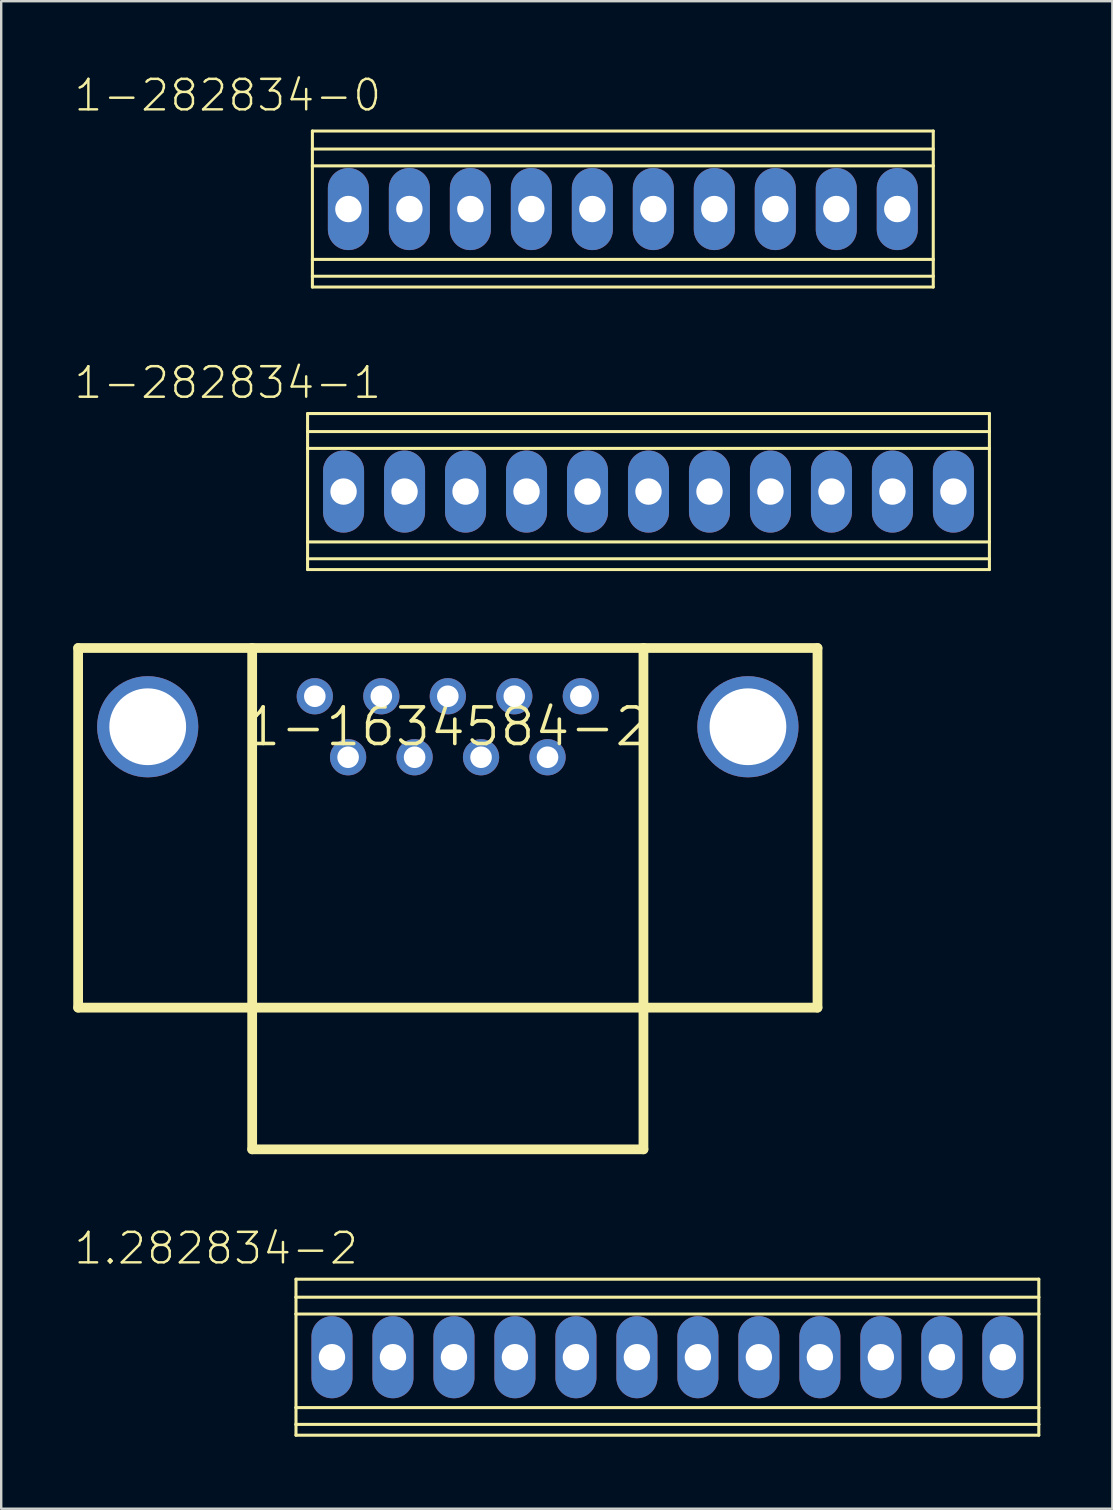
<source format=kicad_pcb>
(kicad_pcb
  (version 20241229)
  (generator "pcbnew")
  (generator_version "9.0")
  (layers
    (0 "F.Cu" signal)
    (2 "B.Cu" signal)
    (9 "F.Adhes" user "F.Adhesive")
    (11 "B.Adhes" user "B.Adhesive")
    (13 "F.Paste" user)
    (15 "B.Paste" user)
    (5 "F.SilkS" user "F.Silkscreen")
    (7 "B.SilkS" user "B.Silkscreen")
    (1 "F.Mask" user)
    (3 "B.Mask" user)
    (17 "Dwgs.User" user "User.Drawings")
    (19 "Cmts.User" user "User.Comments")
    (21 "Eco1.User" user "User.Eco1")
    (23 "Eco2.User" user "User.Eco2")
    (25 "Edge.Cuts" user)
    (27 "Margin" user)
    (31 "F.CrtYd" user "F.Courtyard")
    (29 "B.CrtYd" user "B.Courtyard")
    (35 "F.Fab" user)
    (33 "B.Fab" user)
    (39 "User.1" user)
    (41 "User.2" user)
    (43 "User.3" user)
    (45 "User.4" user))
  (footprint "1-282834-1"
    (layer "F.Cu")
    (at 11.259 17.423)
    (property "Reference" "1-282834-1" (at -4.823 -4.534 0) (layer "F.SilkS") (effects (font (size 1.27 1.27) (thickness 0.102))))
    (attr exclude_from_pos_files exclude_from_bom)
    (fp_line (start -1.499 -3.249) (end -1.499 -2.499) (stroke (width 0.127) (type solid)) (layer "F.SilkS"))
    (fp_line (start -1.499 -3.249) (end 26.899 -3.249) (stroke (width 0.127) (type solid)) (layer "F.SilkS"))
    (fp_line (start -1.499 -2.499) (end -1.499 -1.798) (stroke (width 0.127) (type solid)) (layer "F.SilkS"))
    (fp_line (start -1.499 -2.499) (end 26.899 -2.499) (stroke (width 0.127) (type solid)) (layer "F.SilkS"))
    (fp_line (start -1.499 -1.798) (end -1.499 2.098) (stroke (width 0.127) (type solid)) (layer "F.SilkS"))
    (fp_line (start -1.499 -1.798) (end 26.899 -1.798) (stroke (width 0.127) (type solid)) (layer "F.SilkS"))
    (fp_line (start -1.499 2.098) (end -1.499 2.799) (stroke (width 0.127) (type solid)) (layer "F.SilkS"))
    (fp_line (start -1.499 2.098) (end 26.899 2.098) (stroke (width 0.127) (type solid)) (layer "F.SilkS"))
    (fp_line (start -1.499 2.799) (end -1.499 3.249) (stroke (width 0.127) (type solid)) (layer "F.SilkS"))
    (fp_line (start -1.499 2.799) (end 26.899 2.799) (stroke (width 0.127) (type solid)) (layer "F.SilkS"))
    (fp_line (start -1.499 3.249) (end 26.899 3.249) (stroke (width 0.127) (type solid)) (layer "F.SilkS"))
    (fp_line (start 26.899 -3.249) (end 26.899 -2.499) (stroke (width 0.127) (type solid)) (layer "F.SilkS"))
    (fp_line (start 26.899 -2.499) (end 26.899 -1.798) (stroke (width 0.127) (type solid)) (layer "F.SilkS"))
    (fp_line (start 26.899 -1.798) (end 26.899 2.098) (stroke (width 0.127) (type solid)) (layer "F.SilkS"))
    (fp_line (start 26.899 2.098) (end 26.899 2.799) (stroke (width 0.127) (type solid)) (layer "F.SilkS"))
    (fp_line (start 26.899 2.799) (end 26.899 3.249) (stroke (width 0.127) (type solid)) (layer "F.SilkS"))
    (pad "P$1" thru_hole oval (at 0 0 180) (size 1.709 3.419) (drill 1.1) (layers "*.Cu" "*.Paste" "*.Mask"))
    (pad "P$2" thru_hole oval (at 2.54 0 180) (size 1.709 3.419) (drill 1.1) (layers "*.Cu" "*.Paste" "*.Mask"))
    (pad "P$3" thru_hole oval (at 5.08 0 180) (size 1.709 3.419) (drill 1.1) (layers "*.Cu" "*.Paste" "*.Mask"))
    (pad "P$4" thru_hole oval (at 7.62 0 180) (size 1.709 3.419) (drill 1.1) (layers "*.Cu" "*.Paste" "*.Mask"))
    (pad "P$5" thru_hole oval (at 10.16 0 180) (size 1.709 3.419) (drill 1.1) (layers "*.Cu" "*.Paste" "*.Mask"))
    (pad "P$6" thru_hole oval (at 12.7 0 180) (size 1.709 3.419) (drill 1.1) (layers "*.Cu" "*.Paste" "*.Mask"))
    (pad "P$7" thru_hole oval (at 15.24 0 180) (size 1.709 3.419) (drill 1.1) (layers "*.Cu" "*.Paste" "*.Mask"))
    (pad "P$8" thru_hole oval (at 17.78 0 180) (size 1.709 3.419) (drill 1.1) (layers "*.Cu" "*.Paste" "*.Mask"))
    (pad "P$9" thru_hole oval (at 20.32 0 180) (size 1.709 3.419) (drill 1.1) (layers "*.Cu" "*.Paste" "*.Mask"))
    (pad "P$10" thru_hole oval (at 22.86 0 180) (size 1.709 3.419) (drill 1.1) (layers "*.Cu" "*.Paste" "*.Mask"))
    (pad "P$11" thru_hole oval (at 25.4 0 180) (size 1.709 3.419) (drill 1.1) (layers "*.Cu" "*.Paste" "*.Mask")))
  (footprint "1.282834-2"
    (layer "F.Cu")
    (at 10.776 53.476)
    (property "Reference" "1.282834-2" (at -4.823 -4.534 0) (layer "F.SilkS") (effects (font (size 1.27 1.27) (thickness 0.102))))
    (attr exclude_from_pos_files exclude_from_bom)
    (fp_line (start -1.499 -3.249) (end -1.499 -2.499) (stroke (width 0.127) (type solid)) (layer "F.SilkS"))
    (fp_line (start -1.499 -3.249) (end 29.439 -3.249) (stroke (width 0.127) (type solid)) (layer "F.SilkS"))
    (fp_line (start -1.499 -2.499) (end -1.499 -1.798) (stroke (width 0.127) (type solid)) (layer "F.SilkS"))
    (fp_line (start -1.499 -2.499) (end 29.439 -2.499) (stroke (width 0.127) (type solid)) (layer "F.SilkS"))
    (fp_line (start -1.499 -1.798) (end -1.499 2.098) (stroke (width 0.127) (type solid)) (layer "F.SilkS"))
    (fp_line (start -1.499 -1.798) (end 29.439 -1.798) (stroke (width 0.127) (type solid)) (layer "F.SilkS"))
    (fp_line (start -1.499 2.098) (end -1.499 2.799) (stroke (width 0.127) (type solid)) (layer "F.SilkS"))
    (fp_line (start -1.499 2.098) (end 29.439 2.098) (stroke (width 0.127) (type solid)) (layer "F.SilkS"))
    (fp_line (start -1.499 2.799) (end -1.499 3.249) (stroke (width 0.127) (type solid)) (layer "F.SilkS"))
    (fp_line (start -1.499 2.799) (end 29.439 2.799) (stroke (width 0.127) (type solid)) (layer "F.SilkS"))
    (fp_line (start -1.499 3.249) (end 29.439 3.249) (stroke (width 0.127) (type solid)) (layer "F.SilkS"))
    (fp_line (start 29.439 -3.249) (end 29.439 -2.499) (stroke (width 0.127) (type solid)) (layer "F.SilkS"))
    (fp_line (start 29.439 -2.499) (end 29.439 -1.798) (stroke (width 0.127) (type solid)) (layer "F.SilkS"))
    (fp_line (start 29.439 -1.798) (end 29.439 2.098) (stroke (width 0.127) (type solid)) (layer "F.SilkS"))
    (fp_line (start 29.439 2.098) (end 29.439 2.799) (stroke (width 0.127) (type solid)) (layer "F.SilkS"))
    (fp_line (start 29.439 2.799) (end 29.439 3.249) (stroke (width 0.127) (type solid)) (layer "F.SilkS"))
    (pad "P$1" thru_hole oval (at 0 0 180) (size 1.709 3.419) (drill 1.1) (layers "*.Cu" "*.Paste" "*.Mask"))
    (pad "P$2" thru_hole oval (at 2.54 0 180) (size 1.709 3.419) (drill 1.1) (layers "*.Cu" "*.Paste" "*.Mask"))
    (pad "P$3" thru_hole oval (at 5.08 0 180) (size 1.709 3.419) (drill 1.1) (layers "*.Cu" "*.Paste" "*.Mask"))
    (pad "P$4" thru_hole oval (at 7.62 0 180) (size 1.709 3.419) (drill 1.1) (layers "*.Cu" "*.Paste" "*.Mask"))
    (pad "P$5" thru_hole oval (at 10.16 0 180) (size 1.709 3.419) (drill 1.1) (layers "*.Cu" "*.Paste" "*.Mask"))
    (pad "P$6" thru_hole oval (at 12.7 0 180) (size 1.709 3.419) (drill 1.1) (layers "*.Cu" "*.Paste" "*.Mask"))
    (pad "P$7" thru_hole oval (at 15.24 0 180) (size 1.709 3.419) (drill 1.1) (layers "*.Cu" "*.Paste" "*.Mask"))
    (pad "P$8" thru_hole oval (at 17.78 0 180) (size 1.709 3.419) (drill 1.1) (layers "*.Cu" "*.Paste" "*.Mask"))
    (pad "P$9" thru_hole oval (at 20.32 0 180) (size 1.709 3.419) (drill 1.1) (layers "*.Cu" "*.Paste" "*.Mask"))
    (pad "P$10" thru_hole oval (at 22.86 0 180) (size 1.709 3.419) (drill 1.1) (layers "*.Cu" "*.Paste" "*.Mask"))
    (pad "P$11" thru_hole oval (at 25.4 0 180) (size 1.709 3.419) (drill 1.1) (layers "*.Cu" "*.Paste" "*.Mask"))
    (pad "P$12" thru_hole oval (at 27.94 0 180) (size 1.709 3.419) (drill 1.1) (layers "*.Cu" "*.Paste" "*.Mask")))
  (footprint "1-282834-0"
    (layer "F.Cu")
    (at 11.46 5.656)
    (property "Reference" "1-282834-0" (at -5.024 -4.735 0) (layer "F.SilkS") (effects (font (size 1.27 1.27) (thickness 0.102))))
    (attr exclude_from_pos_files exclude_from_bom)
    (fp_line (start -1.499 -3.249) (end -1.499 -2.499) (stroke (width 0.127) (type solid)) (layer "F.SilkS"))
    (fp_line (start -1.499 -3.249) (end 24.359 -3.249) (stroke (width 0.127) (type solid)) (layer "F.SilkS"))
    (fp_line (start -1.499 -2.499) (end -1.499 -1.798) (stroke (width 0.127) (type solid)) (layer "F.SilkS"))
    (fp_line (start -1.499 -2.499) (end 24.359 -2.499) (stroke (width 0.127) (type solid)) (layer "F.SilkS"))
    (fp_line (start -1.499 -1.798) (end -1.499 2.098) (stroke (width 0.127) (type solid)) (layer "F.SilkS"))
    (fp_line (start -1.499 -1.798) (end 24.359 -1.798) (stroke (width 0.127) (type solid)) (layer "F.SilkS"))
    (fp_line (start -1.499 2.098) (end -1.499 2.799) (stroke (width 0.127) (type solid)) (layer "F.SilkS"))
    (fp_line (start -1.499 2.098) (end 24.359 2.098) (stroke (width 0.127) (type solid)) (layer "F.SilkS"))
    (fp_line (start -1.499 2.799) (end -1.499 3.249) (stroke (width 0.127) (type solid)) (layer "F.SilkS"))
    (fp_line (start -1.499 2.799) (end 24.359 2.799) (stroke (width 0.127) (type solid)) (layer "F.SilkS"))
    (fp_line (start -1.499 3.249) (end 24.359 3.249) (stroke (width 0.127) (type solid)) (layer "F.SilkS"))
    (fp_line (start 24.359 -3.249) (end 24.359 -2.499) (stroke (width 0.127) (type solid)) (layer "F.SilkS"))
    (fp_line (start 24.359 -2.499) (end 24.359 -1.798) (stroke (width 0.127) (type solid)) (layer "F.SilkS"))
    (fp_line (start 24.359 -1.798) (end 24.359 2.098) (stroke (width 0.127) (type solid)) (layer "F.SilkS"))
    (fp_line (start 24.359 2.098) (end 24.359 2.799) (stroke (width 0.127) (type solid)) (layer "F.SilkS"))
    (fp_line (start 24.359 2.799) (end 24.359 3.249) (stroke (width 0.127) (type solid)) (layer "F.SilkS"))
    (pad "P$1" thru_hole oval (at 0 0 180) (size 1.709 3.419) (drill 1.1) (layers "*.Cu" "*.Paste" "*.Mask"))
    (pad "P$2" thru_hole oval (at 2.54 0 180) (size 1.709 3.419) (drill 1.1) (layers "*.Cu" "*.Paste" "*.Mask"))
    (pad "P$3" thru_hole oval (at 5.08 0 180) (size 1.709 3.419) (drill 1.1) (layers "*.Cu" "*.Paste" "*.Mask"))
    (pad "P$4" thru_hole oval (at 7.62 0 180) (size 1.709 3.419) (drill 1.1) (layers "*.Cu" "*.Paste" "*.Mask"))
    (pad "P$5" thru_hole oval (at 10.16 0 180) (size 1.709 3.419) (drill 1.1) (layers "*.Cu" "*.Paste" "*.Mask"))
    (pad "P$6" thru_hole oval (at 12.7 0 180) (size 1.709 3.419) (drill 1.1) (layers "*.Cu" "*.Paste" "*.Mask"))
    (pad "P$7" thru_hole oval (at 15.24 0 180) (size 1.709 3.419) (drill 1.1) (layers "*.Cu" "*.Paste" "*.Mask"))
    (pad "P$8" thru_hole oval (at 17.78 0 180) (size 1.709 3.419) (drill 1.1) (layers "*.Cu" "*.Paste" "*.Mask"))
    (pad "P$9" thru_hole oval (at 20.32 0 180) (size 1.709 3.419) (drill 1.1) (layers "*.Cu" "*.Paste" "*.Mask"))
    (pad "P$10" thru_hole oval (at 22.86 0 180) (size 1.709 3.419) (drill 1.1) (layers "*.Cu" "*.Paste" "*.Mask")))
  (footprint "1-1634584-2"
    (layer "F.Cu")
    (at 15.601 27.218)
    (property "Reference" "1-1634584-2" (at 0 0 0) (layer "F.SilkS") (effects (font (size 1.524 1.524) (thickness 0.15))))
    (attr exclude_from_pos_files exclude_from_bom)
    (fp_line (start -15.397 -3.279) (end -8.148 -3.279) (stroke (width 0.406) (type solid)) (layer "F.SilkS"))
    (fp_line (start -15.397 11.699) (end -15.397 -3.279) (stroke (width 0.406) (type solid)) (layer "F.SilkS"))
    (fp_line (start -8.148 -3.279) (end 8.148 -3.279) (stroke (width 0.406) (type solid)) (layer "F.SilkS"))
    (fp_line (start -8.148 11.699) (end -15.397 11.699) (stroke (width 0.406) (type solid)) (layer "F.SilkS"))
    (fp_line (start -8.148 11.699) (end -8.148 -3.279) (stroke (width 0.406) (type solid)) (layer "F.SilkS"))
    (fp_line (start -8.148 11.798) (end -8.148 17.6) (stroke (width 0.406) (type solid)) (layer "F.SilkS"))
    (fp_line (start -8.148 17.6) (end 8.148 17.6) (stroke (width 0.406) (type solid)) (layer "F.SilkS"))
    (fp_line (start 8.148 -3.279) (end 8.148 11.699) (stroke (width 0.406) (type solid)) (layer "F.SilkS"))
    (fp_line (start 8.148 -3.279) (end 15.397 -3.279) (stroke (width 0.406) (type solid)) (layer "F.SilkS"))
    (fp_line (start 8.148 11.699) (end -8.148 11.699) (stroke (width 0.406) (type solid)) (layer "F.SilkS"))
    (fp_line (start 8.148 17.6) (end 8.148 11.699) (stroke (width 0.406) (type solid)) (layer "F.SilkS"))
    (fp_line (start 15.397 -3.279) (end 15.397 11.699) (stroke (width 0.406) (type solid)) (layer "F.SilkS"))
    (fp_line (start 15.397 11.699) (end 8.148 11.699) (stroke (width 0.406) (type solid)) (layer "F.SilkS"))
    (pad "1" thru_hole circle (at 5.54 -1.27) (size 1.509 1.509) (drill 0.899) (layers "*.Cu" "*.Paste" "*.Mask"))
    (pad "2" thru_hole circle (at 2.769 -1.27) (size 1.509 1.509) (drill 0.899) (layers "*.Cu" "*.Paste" "*.Mask"))
    (pad "4" thru_hole circle (at -2.769 -1.27) (size 1.509 1.509) (drill 0.899) (layers "*.Cu" "*.Paste" "*.Mask"))
    (pad "5" thru_hole circle (at -5.54 -1.27) (size 1.509 1.509) (drill 0.899) (layers "*.Cu" "*.Paste" "*.Mask"))
    (pad "6" thru_hole circle (at 4.153 1.27) (size 1.509 1.509) (drill 0.899) (layers "*.Cu" "*.Paste" "*.Mask"))
    (pad "7" thru_hole circle (at 1.384 1.27) (size 1.509 1.509) (drill 0.899) (layers "*.Cu" "*.Paste" "*.Mask"))
    (pad "8" thru_hole circle (at -1.384 1.27) (size 1.509 1.509) (drill 0.899) (layers "*.Cu" "*.Paste" "*.Mask"))
    (pad "9" thru_hole circle (at -4.153 1.27) (size 1.509 1.509) (drill 0.899) (layers "*.Cu" "*.Paste" "*.Mask"))
    (pad "P$3" thru_hole circle (at 0 -1.27) (size 1.509 1.509) (drill 0.899) (layers "*.Cu" "*.Paste" "*.Mask"))
    (pad "P$10" thru_hole circle (at -12.499 0) (size 4.214 4.214) (drill 3.198) (layers "*.Cu" "*.Paste" "*.Mask"))
    (pad "P$11" thru_hole circle (at 12.499 0) (size 4.214 4.214) (drill 3.198) (layers "*.Cu" "*.Paste" "*.Mask")))
  (gr_rect
    (start -3 -3)
    (end 43.278 59.788)
    (stroke (width 0.1) (type default))
    (fill no)
    (layer "Edge.Cuts")))
</source>
